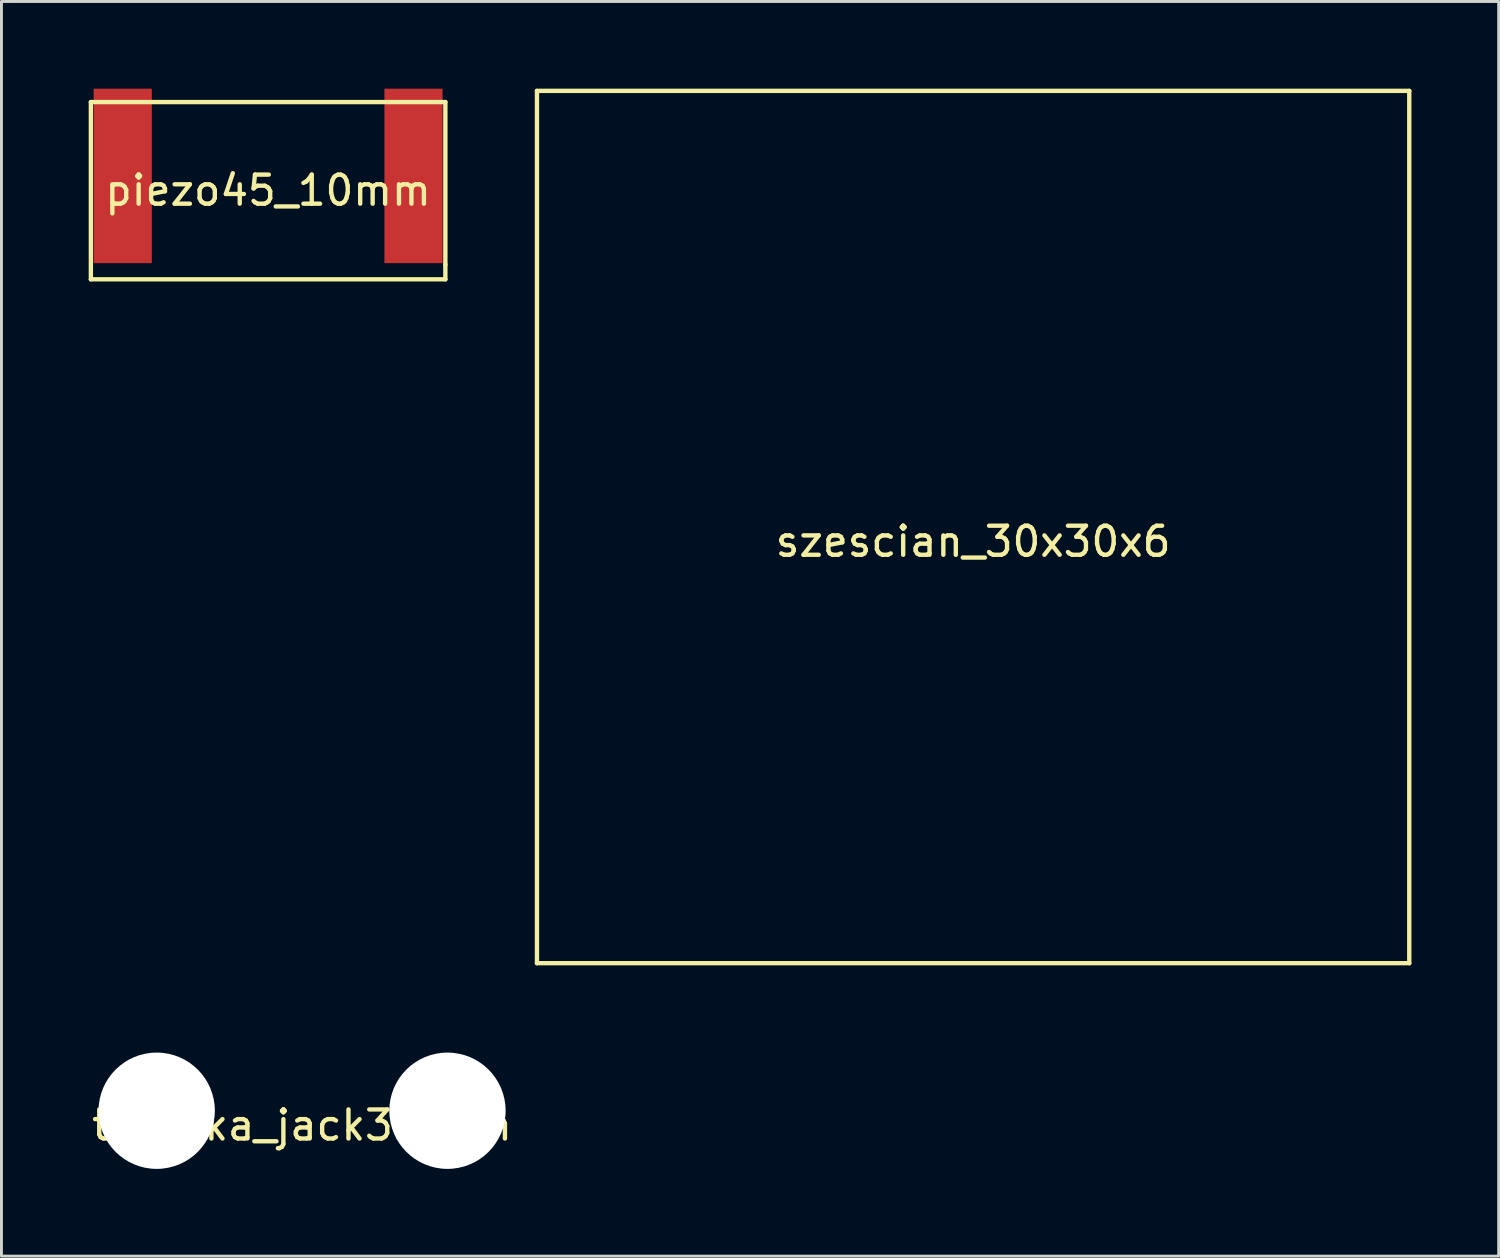
<source format=kicad_pcb>
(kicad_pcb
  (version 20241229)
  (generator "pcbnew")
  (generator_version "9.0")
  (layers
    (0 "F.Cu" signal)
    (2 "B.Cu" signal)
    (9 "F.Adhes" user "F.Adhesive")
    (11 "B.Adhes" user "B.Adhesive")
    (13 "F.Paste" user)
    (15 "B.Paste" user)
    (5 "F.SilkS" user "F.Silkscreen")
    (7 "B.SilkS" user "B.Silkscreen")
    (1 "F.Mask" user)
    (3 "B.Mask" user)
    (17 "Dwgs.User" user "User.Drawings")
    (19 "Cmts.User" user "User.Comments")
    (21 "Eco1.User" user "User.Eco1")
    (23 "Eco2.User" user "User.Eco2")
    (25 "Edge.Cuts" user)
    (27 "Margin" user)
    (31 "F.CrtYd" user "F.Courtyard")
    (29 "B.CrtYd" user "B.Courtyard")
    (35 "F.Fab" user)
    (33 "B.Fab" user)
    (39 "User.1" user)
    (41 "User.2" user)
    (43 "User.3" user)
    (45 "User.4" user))
  (footprint "trytytka_jack3.5mm"
    (layer "F.Cu")
    (at 7.339 35.15)
    (property "Reference" "trytytka_jack3.5mm" (at 0 0.5 0) (layer "F.SilkS") (effects (font (size 1 1) (thickness 0.15))))
    (attr through_hole)
    (pad "" np_thru_hole circle (at -5 0) (size 4 4) (drill 4) (layers "*.Cu" "*.Mask"))
    (pad "" np_thru_hole circle (at 5 0) (size 4 4) (drill 4) (layers "*.Cu" "*.Mask")))
  (footprint "piezo45_10mm"
    (layer "F.Cu")
    (at 6.171 3)
    (property "Reference" "piezo45_10mm" (at 0 0.5 0) (layer "F.SilkS") (effects (font (size 1 1) (thickness 0.15))))
    (attr through_hole)
    (fp_line (start -6.096 -2.54) (end 6.096 -2.54) (stroke (width 0.15) (type solid)) (layer "F.SilkS"))
    (fp_line (start -6.096 3.556) (end -6.096 -2.54) (stroke (width 0.15) (type solid)) (layer "F.SilkS"))
    (fp_line (start 6.096 -2.54) (end 6.096 3.048) (stroke (width 0.15) (type solid)) (layer "F.SilkS"))
    (fp_line (start 6.096 3.048) (end 6.096 3.556) (stroke (width 0.15) (type solid)) (layer "F.SilkS"))
    (fp_line (start 6.096 3.556) (end -6.096 3.556) (stroke (width 0.15) (type solid)) (layer "F.SilkS"))
    (pad "1" smd rect (at 5 0) (size 2 6) (layers "F.Cu" "F.Mask" "F.Paste"))
    (pad "2" smd rect (at -5 0) (size 2 6) (layers "F.Cu" "F.Mask" "F.Paste")))
  (footprint "szescian_30x30x6"
    (layer "F.Cu")
    (at 30.417 15.075)
    (property "Reference" "szescian_30x30x6" (at 0 0.5 0) (layer "F.SilkS") (effects (font (size 1 1) (thickness 0.15))))
    (attr through_hole)
    (fp_line (start -15 -15) (end 15 -15) (stroke (width 0.15) (type solid)) (layer "F.SilkS"))
    (fp_line (start -15 15) (end -15 -15) (stroke (width 0.15) (type solid)) (layer "F.SilkS"))
    (fp_line (start 15 -15) (end 15 15) (stroke (width 0.15) (type solid)) (layer "F.SilkS"))
    (fp_line (start 15 15) (end -15 15) (stroke (width 0.15) (type solid)) (layer "F.SilkS")))
  (gr_rect
    (start -3 -3)
    (end 48.492 40.15)
    (stroke (width 0.1) (type default))
    (fill no)
    (layer "Edge.Cuts")))
</source>
